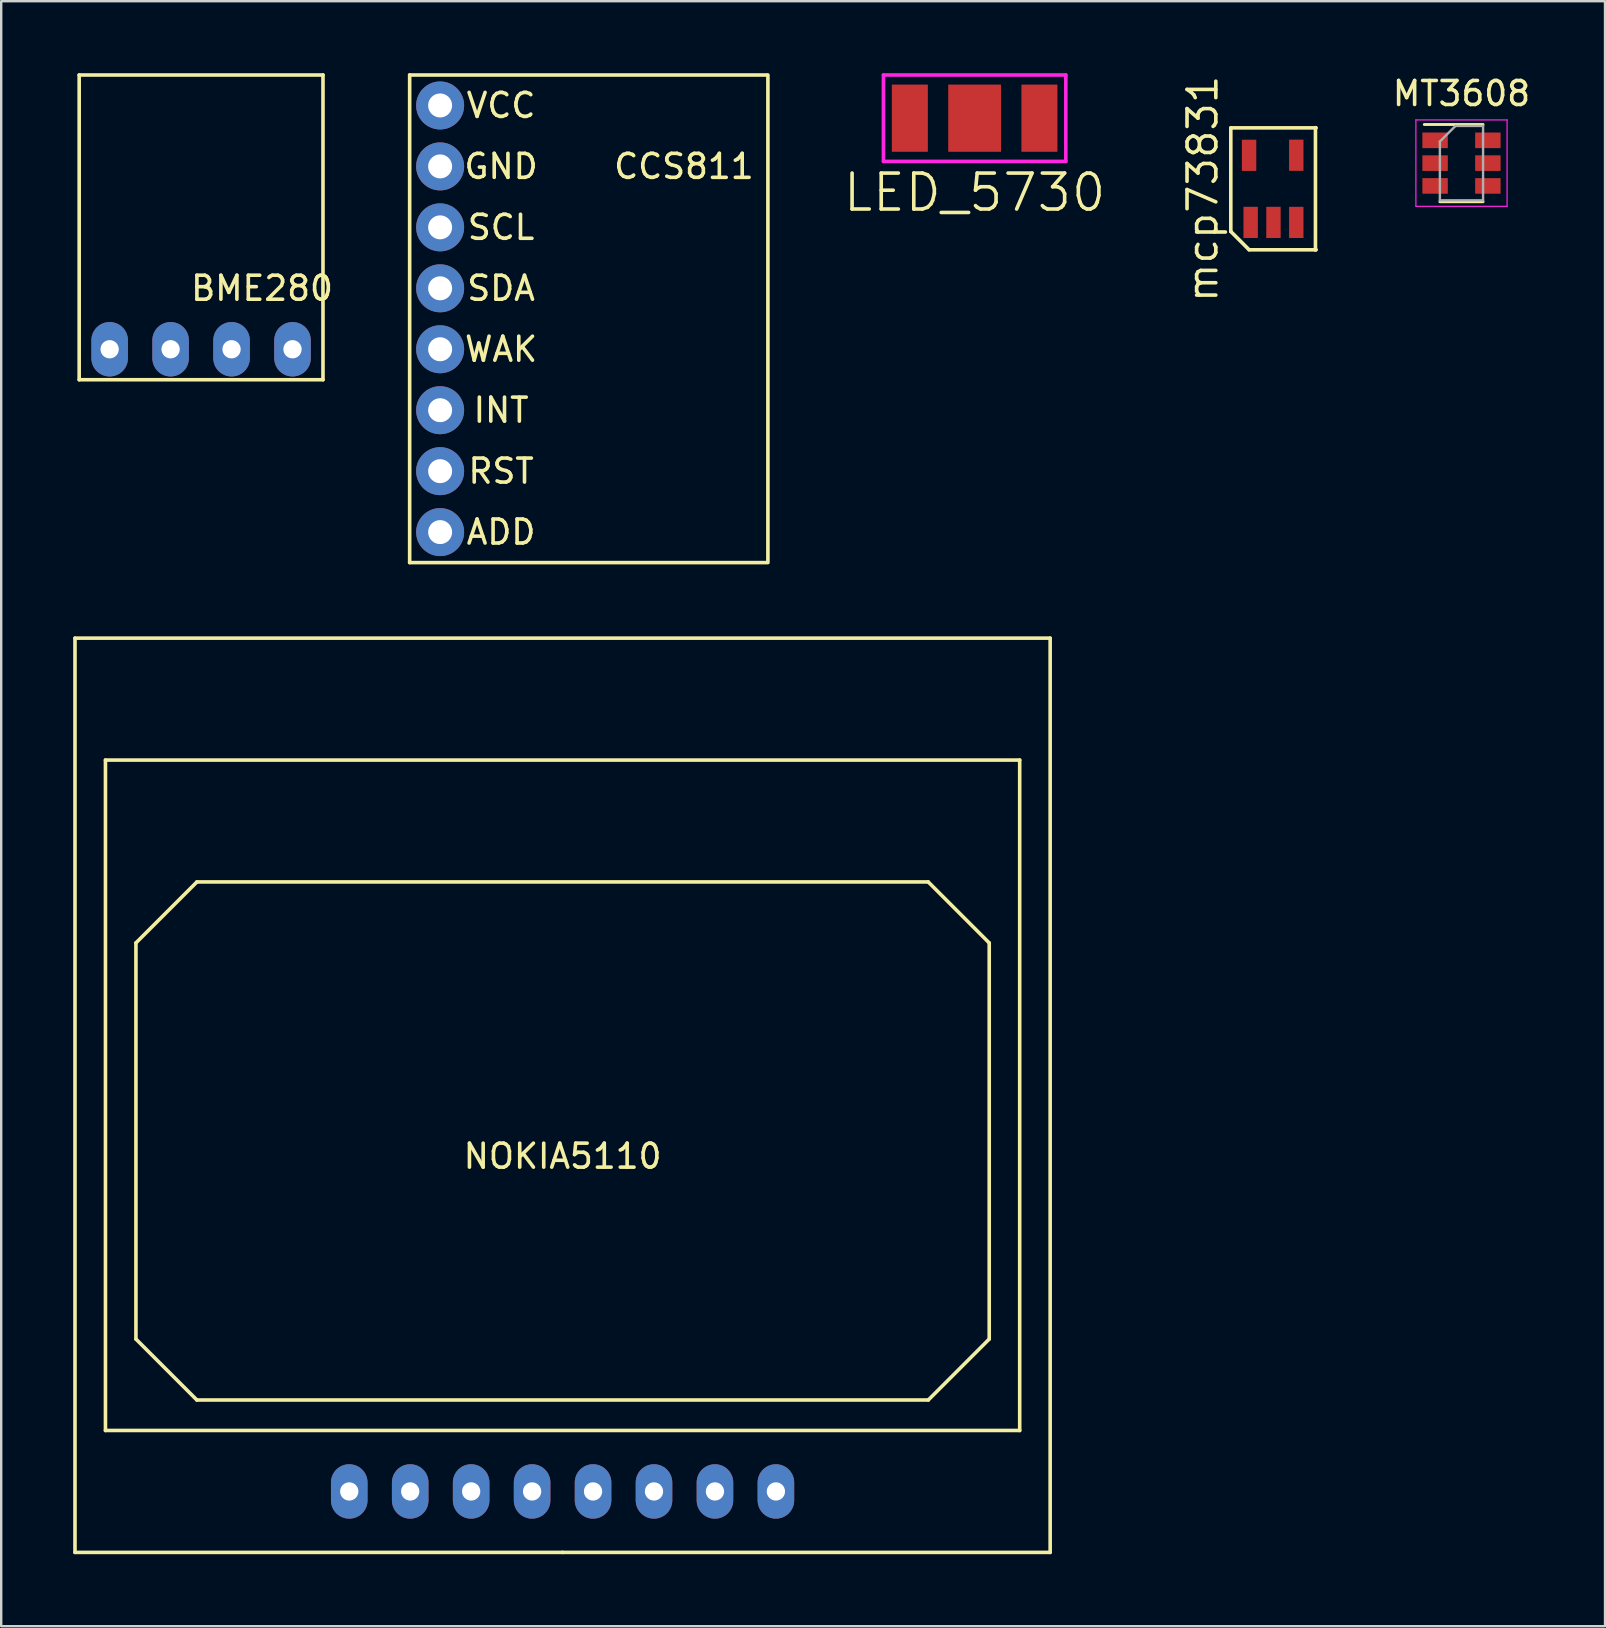
<source format=kicad_pcb>
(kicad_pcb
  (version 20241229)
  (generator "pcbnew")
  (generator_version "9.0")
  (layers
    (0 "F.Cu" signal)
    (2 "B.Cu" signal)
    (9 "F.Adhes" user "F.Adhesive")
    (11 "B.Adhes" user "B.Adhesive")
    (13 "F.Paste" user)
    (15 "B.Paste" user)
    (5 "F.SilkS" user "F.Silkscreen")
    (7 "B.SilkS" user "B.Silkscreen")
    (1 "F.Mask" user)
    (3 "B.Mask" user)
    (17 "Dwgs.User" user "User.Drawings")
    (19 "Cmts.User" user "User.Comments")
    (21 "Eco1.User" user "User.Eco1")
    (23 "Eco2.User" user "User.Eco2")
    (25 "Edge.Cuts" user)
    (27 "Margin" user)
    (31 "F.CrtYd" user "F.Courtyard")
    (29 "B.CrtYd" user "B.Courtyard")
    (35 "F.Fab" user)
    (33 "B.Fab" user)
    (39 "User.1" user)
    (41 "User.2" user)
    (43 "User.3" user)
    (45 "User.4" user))
  (footprint "NOKIA5110"
    (layer "F.Cu")
    (at 20.395 41.325)
    (property "Reference" "NOKIA5110" (at 0 3.81 0) (layer "F.SilkS") (effects (font (size 1 1) (thickness 0.15))))
    (attr through_hole)
    (fp_line (start -20.32 -17.78) (end 20.32 -17.78) (stroke (width 0.15) (type solid)) (layer "F.SilkS"))
    (fp_line (start -20.32 20.32) (end -20.32 -17.78) (stroke (width 0.15) (type solid)) (layer "F.SilkS"))
    (fp_line (start -19.05 -12.7) (end 19.05 -12.7) (stroke (width 0.15) (type solid)) (layer "F.SilkS"))
    (fp_line (start -19.05 15.24) (end -19.05 -12.7) (stroke (width 0.15) (type solid)) (layer "F.SilkS"))
    (fp_line (start -17.78 -5.08) (end -15.24 -7.62) (stroke (width 0.15) (type solid)) (layer "F.SilkS"))
    (fp_line (start -17.78 11.43) (end -17.78 -5.08) (stroke (width 0.15) (type solid)) (layer "F.SilkS"))
    (fp_line (start -15.24 -7.62) (end 15.24 -7.62) (stroke (width 0.15) (type solid)) (layer "F.SilkS"))
    (fp_line (start -15.24 13.97) (end -17.78 11.43) (stroke (width 0.15) (type solid)) (layer "F.SilkS"))
    (fp_line (start 0 20.32) (end -20.32 20.32) (stroke (width 0.15) (type solid)) (layer "F.SilkS"))
    (fp_line (start 0 20.32) (end 20.32 20.32) (stroke (width 0.15) (type solid)) (layer "F.SilkS"))
    (fp_line (start 15.24 -7.62) (end 17.78 -5.08) (stroke (width 0.15) (type solid)) (layer "F.SilkS"))
    (fp_line (start 15.24 13.97) (end -15.24 13.97) (stroke (width 0.15) (type solid)) (layer "F.SilkS"))
    (fp_line (start 17.78 -5.08) (end 17.78 11.43) (stroke (width 0.15) (type solid)) (layer "F.SilkS"))
    (fp_line (start 17.78 11.43) (end 15.24 13.97) (stroke (width 0.15) (type solid)) (layer "F.SilkS"))
    (fp_line (start 19.05 -12.7) (end 19.05 15.24) (stroke (width 0.15) (type solid)) (layer "F.SilkS"))
    (fp_line (start 19.05 15.24) (end -19.05 15.24) (stroke (width 0.15) (type solid)) (layer "F.SilkS"))
    (fp_line (start 20.32 -17.78) (end 20.32 20.32) (stroke (width 0.15) (type solid)) (layer "F.SilkS"))
    (pad "1" thru_hole oval (at -8.89 17.78) (size 1.524 2.268) (drill 0.762) (layers "*.Cu" "*.Mask"))
    (pad "2" thru_hole oval (at -6.35 17.78) (size 1.524 2.268) (drill 0.762) (layers "*.Cu" "*.Mask"))
    (pad "3" thru_hole oval (at -3.81 17.78) (size 1.524 2.268) (drill 0.762) (layers "*.Cu" "*.Mask"))
    (pad "4" thru_hole oval (at -1.27 17.78) (size 1.524 2.268) (drill 0.762) (layers "*.Cu" "*.Mask"))
    (pad "5" thru_hole oval (at 1.27 17.78) (size 1.524 2.268) (drill 0.762) (layers "*.Cu" "*.Mask"))
    (pad "6" thru_hole oval (at 3.81 17.78) (size 1.524 2.268) (drill 0.762) (layers "*.Cu" "*.Mask"))
    (pad "7" thru_hole oval (at 6.35 17.78) (size 1.524 2.268) (drill 0.762) (layers "*.Cu" "*.Mask"))
    (pad "8" thru_hole oval (at 8.89 17.78) (size 1.524 2.268) (drill 0.762) (layers "*.Cu" "*.Mask")))
  (footprint "CCS811"
    (layer "F.Cu")
    (at 25.452 11.505)
    (property "Reference" "CCS811" (at 0 -7.62 0) (layer "F.SilkS") (effects (font (size 1 1) (thickness 0.15))))
    (attr through_hole)
    (fp_line (start -11.43 -11.43) (end -11.43 8.89) (stroke (width 0.15) (type solid)) (layer "F.SilkS"))
    (fp_line (start -11.43 8.89) (end 3.45 8.89) (stroke (width 0.15) (type solid)) (layer "F.SilkS"))
    (fp_line (start 3.45 -11.43) (end -11.43 -11.43) (stroke (width 0.15) (type solid)) (layer "F.SilkS"))
    (fp_line (start 3.5 8.89) (end 3.5 -11.43) (stroke (width 0.15) (type solid)) (layer "F.SilkS"))
    (fp_text user "SCL" (at -7.62 -5.08 0) (layer "F.SilkS") (effects (font (size 1 1) (thickness 0.15))))
    (fp_text user "SDA" (at -7.62 -2.54 0) (layer "F.SilkS") (effects (font (size 1 1) (thickness 0.15))))
    (fp_text user "ADD" (at -7.62 7.62 0) (layer "F.SilkS") (effects (font (size 1 1) (thickness 0.15))))
    (fp_text user "INT" (at -7.62 2.54 0) (layer "F.SilkS") (effects (font (size 1 1) (thickness 0.15))))
    (fp_text user "WAK" (at -7.62 0 0) (layer "F.SilkS") (effects (font (size 1 1) (thickness 0.15))))
    (fp_text user "VCC" (at -7.62 -10.16 0) (layer "F.SilkS") (effects (font (size 1 1) (thickness 0.15))))
    (fp_text user "GND" (at -7.62 -7.62 0) (layer "F.SilkS") (effects (font (size 1 1) (thickness 0.15))))
    (fp_text user "RST" (at -7.62 5.08 0) (layer "F.SilkS") (effects (font (size 1 1) (thickness 0.15))))
    (pad "1" thru_hole circle (at -10.16 -10.16) (size 2 2) (drill 1) (layers "*.Cu" "*.Mask"))
    (pad "2" thru_hole circle (at -10.16 -7.62) (size 2 2) (drill 1) (layers "*.Cu" "*.Mask"))
    (pad "3" thru_hole circle (at -10.16 -5.08) (size 2 2) (drill 1) (layers "*.Cu" "*.Mask"))
    (pad "4" thru_hole circle (at -10.16 -2.54) (size 2 2) (drill 1) (layers "*.Cu" "*.Mask"))
    (pad "5" thru_hole circle (at -10.16 0) (size 2 2) (drill 1) (layers "*.Cu" "*.Mask"))
    (pad "6" thru_hole circle (at -10.16 2.54) (size 2 2) (drill 1) (layers "*.Cu" "*.Mask"))
    (pad "7" thru_hole circle (at -10.16 5.08) (size 2 2) (drill 1) (layers "*.Cu" "*.Mask"))
    (pad "8" thru_hole circle (at -10.16 7.62) (size 2 2) (drill 1) (layers "*.Cu" "*.Mask")))
  (footprint "LED_5730"
    (layer "F.Cu")
    (at 37.567 1.875)
    (property "Reference" "LED_5730" (at 0 3.1 0) (layer "F.SilkS") (effects (font (size 1.5 1.5) (thickness 0.15))))
    (attr smd)
    (fp_line (start -3.8 -1.8) (end 3.8 -1.8) (stroke (width 0.15) (type solid)) (layer "F.CrtYd"))
    (fp_line (start -3.8 1.8) (end -3.8 -1.8) (stroke (width 0.15) (type solid)) (layer "F.CrtYd"))
    (fp_line (start 3.8 -1.8) (end 3.8 1.8) (stroke (width 0.15) (type solid)) (layer "F.CrtYd"))
    (fp_line (start 3.8 1.8) (end -3.8 1.8) (stroke (width 0.15) (type solid)) (layer "F.CrtYd"))
    (pad "1" smd rect (at 2.7 0) (size 1.5 2.8) (layers "F.Cu" "F.Mask" "F.Paste"))
    (pad "2" smd rect (at -2.7 0) (size 1.5 2.8) (layers "F.Cu" "F.Mask" "F.Paste"))
    (pad "EP" smd rect (at 0 0) (size 2.2 2.8) (layers "F.Cu" "F.Mask" "F.Paste")))
  (footprint "mcp73831"
    (layer "F.Cu")
    (at 50.021 4.819)
    (property "Reference" "mcp73831" (at -2.95 0 90) (layer "F.SilkS") (effects (font (size 1.2 1.2) (thickness 0.15))))
    (attr through_hole)
    (fp_line (start -1.778 -2.54) (end -1.778 1.778) (stroke (width 0.15) (type solid)) (layer "F.SilkS"))
    (fp_line (start -1.778 1.778) (end -1.016 2.54) (stroke (width 0.15) (type solid)) (layer "F.SilkS"))
    (fp_line (start -1.016 2.54) (end 1.778 2.54) (stroke (width 0.15) (type solid)) (layer "F.SilkS"))
    (fp_line (start 1.75 2.55) (end 1.75 -2.55) (stroke (width 0.15) (type solid)) (layer "F.SilkS"))
    (fp_line (start 1.778 -2.54) (end -1.778 -2.54) (stroke (width 0.15) (type solid)) (layer "F.SilkS"))
    (pad "1" smd rect (at -0.95 1.4) (size 0.6 1.3) (layers "F.Cu" "F.Mask" "F.Paste"))
    (pad "2" smd rect (at 0 1.4) (size 0.6 1.3) (layers "F.Cu" "F.Mask" "F.Paste"))
    (pad "3" smd rect (at 0.95 1.4) (size 0.6 1.3) (layers "F.Cu" "F.Mask" "F.Paste"))
    (pad "4" smd rect (at 0.95 -1.4) (size 0.6 1.3) (layers "F.Cu" "F.Mask" "F.Paste"))
    (pad "5" smd rect (at -1.016 -1.397) (size 0.6 1.3) (layers "F.Cu" "F.Mask" "F.Paste")))
  (footprint "MT3608"
    (layer "F.Cu")
    (at 57.856 3.748)
    (property "Reference" "MT3608" (at 0 -2.9 0) (layer "F.SilkS") (effects (font (size 1 1) (thickness 0.15))))
    (attr smd)
    (fp_line (start -0.9 1.61) (end 0.9 1.61) (stroke (width 0.12) (type solid)) (layer "F.SilkS"))
    (fp_line (start 0.9 -1.61) (end -1.55 -1.61) (stroke (width 0.12) (type solid)) (layer "F.SilkS"))
    (fp_line (start -1.9 -1.8) (end 1.9 -1.8) (stroke (width 0.05) (type solid)) (layer "F.CrtYd"))
    (fp_line (start -1.9 1.8) (end -1.9 -1.8) (stroke (width 0.05) (type solid)) (layer "F.CrtYd"))
    (fp_line (start 1.9 -1.8) (end 1.9 1.8) (stroke (width 0.05) (type solid)) (layer "F.CrtYd"))
    (fp_line (start 1.9 1.8) (end -1.9 1.8) (stroke (width 0.05) (type solid)) (layer "F.CrtYd"))
    (fp_line (start -0.9 -0.9) (end -0.9 1.55) (stroke (width 0.1) (type solid)) (layer "F.Fab"))
    (fp_line (start -0.9 -0.9) (end -0.25 -1.55) (stroke (width 0.1) (type solid)) (layer "F.Fab"))
    (fp_line (start 0.9 -1.55) (end -0.25 -1.55) (stroke (width 0.1) (type solid)) (layer "F.Fab"))
    (fp_line (start 0.9 -1.55) (end 0.9 1.55) (stroke (width 0.1) (type solid)) (layer "F.Fab"))
    (fp_line (start 0.9 1.55) (end -0.9 1.55) (stroke (width 0.1) (type solid)) (layer "F.Fab"))
    (pad "1" smd rect (at -1.1 -0.95) (size 1.06 0.65) (layers "F.Cu" "F.Mask" "F.Paste"))
    (pad "2" smd rect (at -1.1 0) (size 1.06 0.65) (layers "F.Cu" "F.Mask" "F.Paste"))
    (pad "3" smd rect (at -1.1 0.95) (size 1.06 0.65) (layers "F.Cu" "F.Mask" "F.Paste"))
    (pad "4" smd rect (at 1.1 0.95) (size 1.06 0.65) (layers "F.Cu" "F.Mask" "F.Paste"))
    (pad "5" smd rect (at 1.1 0) (size 1.06 0.65) (layers "F.Cu" "F.Mask" "F.Paste"))
    (pad "6" smd rect (at 1.1 -0.95) (size 1.06 0.65) (layers "F.Cu" "F.Mask" "F.Paste")))
  (footprint "BME280"
    (layer "F.Cu")
    (at 0.25 12.775)
    (property "Reference" "BME280" (at 7.62 -3.81 0) (layer "F.SilkS") (effects (font (size 1 1) (thickness 0.15))))
    (attr through_hole)
    (fp_line (start 0 -12.7) (end 10.16 -12.7) (stroke (width 0.15) (type solid)) (layer "F.SilkS"))
    (fp_line (start 0 0) (end 0 -12.7) (stroke (width 0.15) (type solid)) (layer "F.SilkS"))
    (fp_line (start 10.16 -12.7) (end 10.16 0) (stroke (width 0.15) (type solid)) (layer "F.SilkS"))
    (fp_line (start 10.16 0) (end 0 0) (stroke (width 0.15) (type solid)) (layer "F.SilkS"))
    (pad "1" thru_hole oval (at 1.27 -1.27) (size 1.524 2.268) (drill 0.762) (layers "*.Cu" "*.Mask"))
    (pad "2" thru_hole oval (at 3.81 -1.27) (size 1.524 2.268) (drill 0.762) (layers "*.Cu" "*.Mask"))
    (pad "3" thru_hole oval (at 6.35 -1.27) (size 1.524 2.268) (drill 0.762) (layers "*.Cu" "*.Mask"))
    (pad "4" thru_hole oval (at 8.89 -1.27) (size 1.524 2.268) (drill 0.762) (layers "*.Cu" "*.Mask")))
  (gr_rect
    (start -3 -3)
    (end 63.838 64.72)
    (stroke (width 0.1) (type default))
    (fill no)
    (layer "Edge.Cuts")))
</source>
